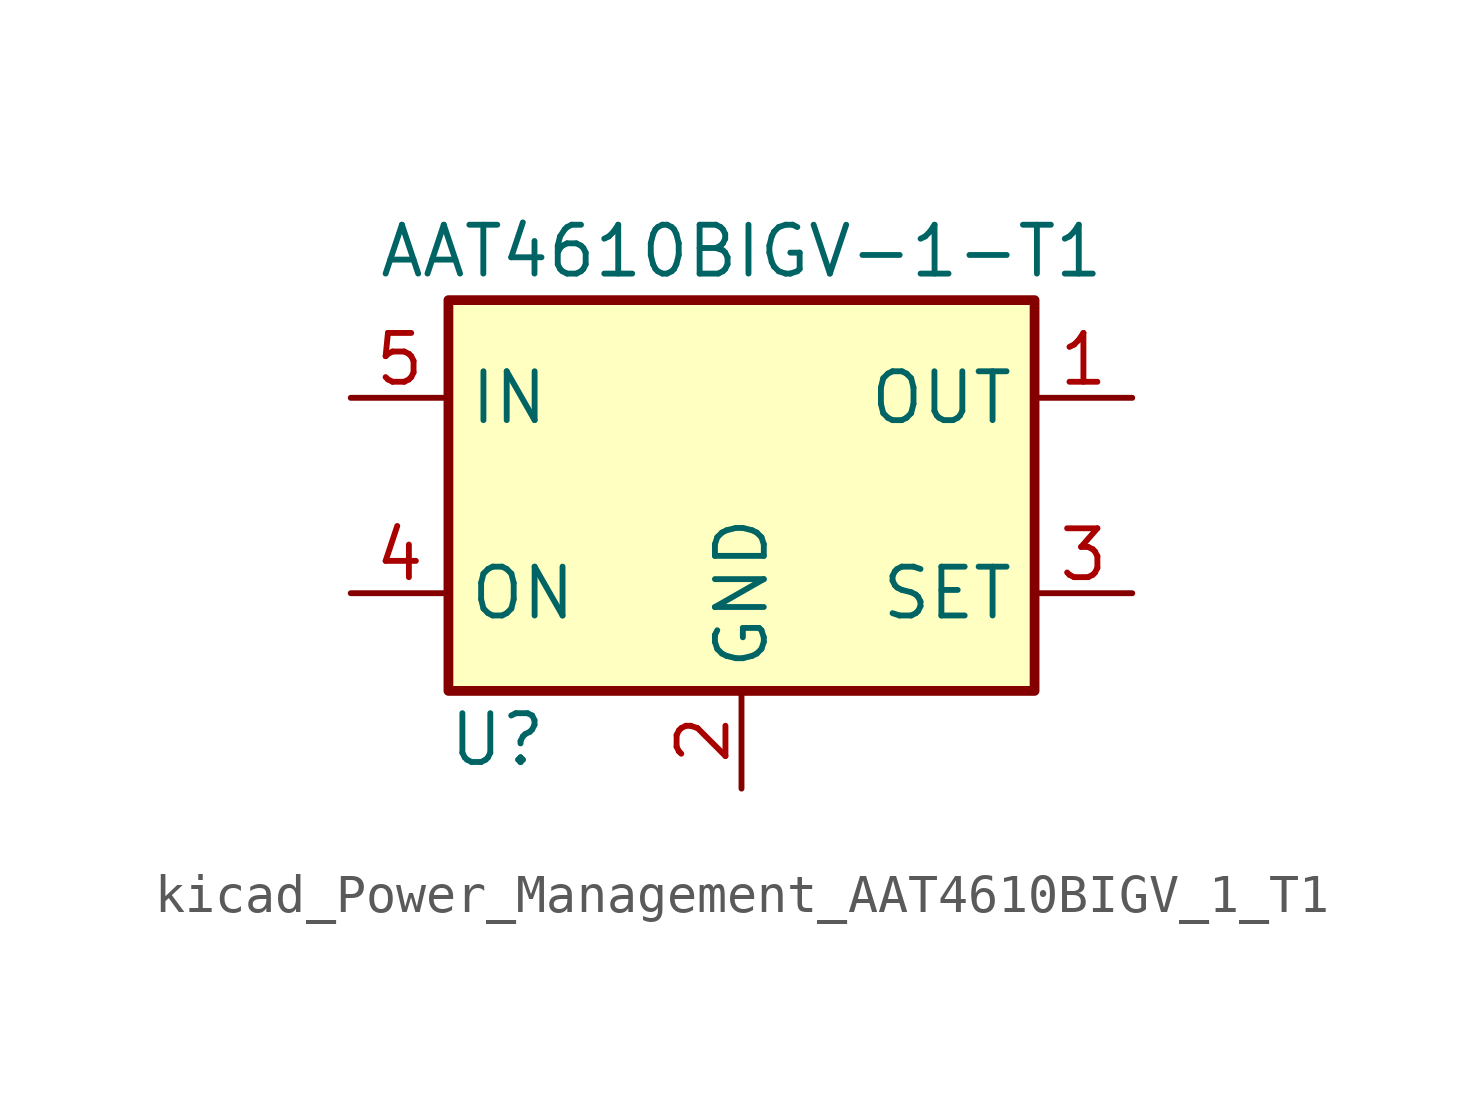
<source format=kicad_sym>
(kicad_symbol_lib
  (version 20220914)
  (generator kicad_symbol_editor)
  (symbol "kicad_Power_Management_AAT4610BIGV_1_T1"
    (property "Reference" "U"
      (at -6.35 -6.35 0)
      (effects (font (size 1.27 1.27))))
    (property "Value" "AAT4610BIGV-1-T1"
      (at 0 6.35 0)
      (effects (font (size 1.27 1.27))))
    (symbol "kicad_Power_Management_AAT4610BIGV_1_T1_0_1"
      (rectangle (start -7.62 5.08) (end 7.62 -5.08) (stroke (width 0.254) (type default)) (fill (type background))))
    (symbol "kicad_Power_Management_AAT4610BIGV_1_T1_1_1"
      (pin power_out line (at 10.16 2.54 180) (length 2.54) (name "OUT" (effects (font (size 1.27 1.27)))) (number "1" (effects (font (size 1.27 1.27)))))
      (pin power_in line (at 0 -7.62 90) (length 2.54) (name "GND" (effects (font (size 1.27 1.27)))) (number "2" (effects (font (size 1.27 1.27)))))
      (pin passive line (at 10.16 -2.54 180) (length 2.54) (name "SET" (effects (font (size 1.27 1.27)))) (number "3" (effects (font (size 1.27 1.27)))))
      (pin input line (at -10.16 -2.54 0) (length 2.54) (name "ON" (effects (font (size 1.27 1.27)))) (number "4" (effects (font (size 1.27 1.27)))))
      (pin power_in line (at -10.16 2.54 0) (length 2.54) (name "IN" (effects (font (size 1.27 1.27)))) (number "5" (effects (font (size 1.27 1.27))))))))
</source>
